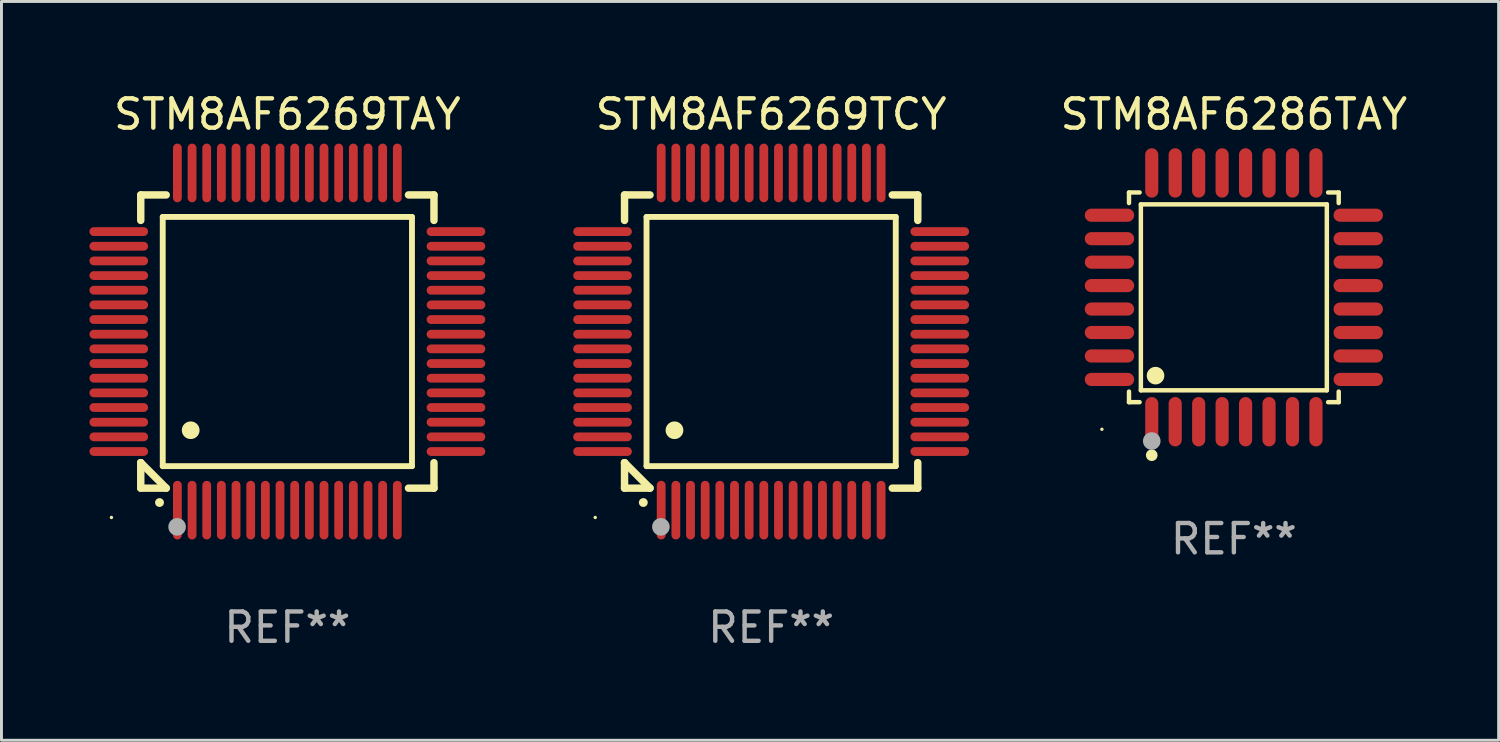
<source format=kicad_pcb>
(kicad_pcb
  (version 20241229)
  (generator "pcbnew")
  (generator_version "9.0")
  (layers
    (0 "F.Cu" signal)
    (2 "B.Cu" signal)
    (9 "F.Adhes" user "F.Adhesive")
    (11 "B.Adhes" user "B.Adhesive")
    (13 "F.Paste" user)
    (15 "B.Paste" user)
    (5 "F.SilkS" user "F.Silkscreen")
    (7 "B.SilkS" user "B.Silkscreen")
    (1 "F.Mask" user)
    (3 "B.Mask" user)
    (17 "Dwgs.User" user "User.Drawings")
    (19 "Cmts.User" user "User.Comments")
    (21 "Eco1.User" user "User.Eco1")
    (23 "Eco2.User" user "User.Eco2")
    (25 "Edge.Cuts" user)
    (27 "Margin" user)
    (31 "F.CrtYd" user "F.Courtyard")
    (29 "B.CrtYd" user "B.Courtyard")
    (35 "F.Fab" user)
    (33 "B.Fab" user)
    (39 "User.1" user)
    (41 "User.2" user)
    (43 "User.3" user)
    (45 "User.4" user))
  (footprint "STM8AF6286TAY"
    (layer "F.Cu")
    (at 39.029 7.09)
    (property "Reference" "STM8AF6286TAY" (at 0 -6.242 0) (layer "F.SilkS") (effects (font (size 1 1) (thickness 0.15))))
    (attr through_hole)
    (fp_line (start -3.576 -3.576) (end -3.215 -3.576) (stroke (width 0.152) (type solid)) (layer "F.SilkS"))
    (fp_line (start -3.576 -3.215) (end -3.576 -3.576) (stroke (width 0.152) (type solid)) (layer "F.SilkS"))
    (fp_line (start -3.576 3.215) (end -3.576 3.576) (stroke (width 0.152) (type solid)) (layer "F.SilkS"))
    (fp_line (start -3.576 3.576) (end -3.215 3.576) (stroke (width 0.152) (type solid)) (layer "F.SilkS"))
    (fp_line (start -3.171 -3.171) (end 3.171 -3.171) (stroke (width 0.152) (type solid)) (layer "F.SilkS"))
    (fp_line (start -3.171 3.171) (end -3.171 -3.171) (stroke (width 0.152) (type solid)) (layer "F.SilkS"))
    (fp_line (start 3.171 -3.171) (end 3.171 3.171) (stroke (width 0.152) (type solid)) (layer "F.SilkS"))
    (fp_line (start 3.171 3.171) (end -3.171 3.171) (stroke (width 0.152) (type solid)) (layer "F.SilkS"))
    (fp_line (start 3.576 -3.576) (end 3.215 -3.576) (stroke (width 0.152) (type solid)) (layer "F.SilkS"))
    (fp_line (start 3.576 -3.215) (end 3.576 -3.576) (stroke (width 0.152) (type solid)) (layer "F.SilkS"))
    (fp_line (start 3.576 3.215) (end 3.576 3.576) (stroke (width 0.152) (type solid)) (layer "F.SilkS"))
    (fp_line (start 3.576 3.576) (end 3.215 3.576) (stroke (width 0.152) (type solid)) (layer "F.SilkS"))
    (fp_circle (center -4.5 4.5) (end -4.47 4.5) (stroke (width 0.06) (type solid)) (fill no) (layer "F.SilkS"))
    (fp_circle (center -2.8 5.384) (end -2.7 5.384) (stroke (width 0.2) (type solid)) (fill no) (layer "F.SilkS"))
    (fp_circle (center -2.671 2.671) (end -2.521 2.671) (stroke (width 0.3) (type solid)) (fill no) (layer "F.SilkS"))
    (fp_circle (center -2.8 4.9) (end -2.65 4.9) (stroke (width 0.3) (type solid)) (fill no) (layer "F.Fab"))
    (fp_text user "REF**" (at 0 8.242 0) (layer "F.Fab") (effects (font (size 1 1) (thickness 0.15))))
    (pad "1" smd oval (at -2.8 4.242) (size 0.448 1.684) (layers "F.Cu" "F.Mask" "F.Paste"))
    (pad "2" smd oval (at -2 4.242) (size 0.448 1.684) (layers "F.Cu" "F.Mask" "F.Paste"))
    (pad "3" smd oval (at -1.2 4.242) (size 0.448 1.684) (layers "F.Cu" "F.Mask" "F.Paste"))
    (pad "4" smd oval (at -0.4 4.242) (size 0.448 1.684) (layers "F.Cu" "F.Mask" "F.Paste"))
    (pad "5" smd oval (at 0.4 4.242) (size 0.448 1.684) (layers "F.Cu" "F.Mask" "F.Paste"))
    (pad "6" smd oval (at 1.2 4.242) (size 0.448 1.684) (layers "F.Cu" "F.Mask" "F.Paste"))
    (pad "7" smd oval (at 2 4.242) (size 0.448 1.684) (layers "F.Cu" "F.Mask" "F.Paste"))
    (pad "8" smd oval (at 2.8 4.242) (size 0.448 1.684) (layers "F.Cu" "F.Mask" "F.Paste"))
    (pad "9" smd oval (at 4.242 2.8) (size 1.684 0.448) (layers "F.Cu" "F.Mask" "F.Paste"))
    (pad "10" smd oval (at 4.242 2) (size 1.684 0.448) (layers "F.Cu" "F.Mask" "F.Paste"))
    (pad "11" smd oval (at 4.242 1.2) (size 1.684 0.448) (layers "F.Cu" "F.Mask" "F.Paste"))
    (pad "12" smd oval (at 4.242 0.4) (size 1.684 0.448) (layers "F.Cu" "F.Mask" "F.Paste"))
    (pad "13" smd oval (at 4.242 -0.4) (size 1.684 0.448) (layers "F.Cu" "F.Mask" "F.Paste"))
    (pad "14" smd oval (at 4.242 -1.2) (size 1.684 0.448) (layers "F.Cu" "F.Mask" "F.Paste"))
    (pad "15" smd oval (at 4.242 -2) (size 1.684 0.448) (layers "F.Cu" "F.Mask" "F.Paste"))
    (pad "16" smd oval (at 4.242 -2.8) (size 1.684 0.448) (layers "F.Cu" "F.Mask" "F.Paste"))
    (pad "17" smd oval (at 2.8 -4.242) (size 0.448 1.684) (layers "F.Cu" "F.Mask" "F.Paste"))
    (pad "18" smd oval (at 2 -4.242) (size 0.448 1.684) (layers "F.Cu" "F.Mask" "F.Paste"))
    (pad "19" smd oval (at 1.2 -4.242) (size 0.448 1.684) (layers "F.Cu" "F.Mask" "F.Paste"))
    (pad "20" smd oval (at 0.4 -4.242) (size 0.448 1.684) (layers "F.Cu" "F.Mask" "F.Paste"))
    (pad "21" smd oval (at -0.4 -4.242) (size 0.448 1.684) (layers "F.Cu" "F.Mask" "F.Paste"))
    (pad "22" smd oval (at -1.2 -4.242) (size 0.448 1.684) (layers "F.Cu" "F.Mask" "F.Paste"))
    (pad "23" smd oval (at -2 -4.242) (size 0.448 1.684) (layers "F.Cu" "F.Mask" "F.Paste"))
    (pad "24" smd oval (at -2.8 -4.242) (size 0.448 1.684) (layers "F.Cu" "F.Mask" "F.Paste"))
    (pad "25" smd oval (at -4.242 -2.8) (size 1.684 0.448) (layers "F.Cu" "F.Mask" "F.Paste"))
    (pad "26" smd oval (at -4.242 -2) (size 1.684 0.448) (layers "F.Cu" "F.Mask" "F.Paste"))
    (pad "27" smd oval (at -4.242 -1.2) (size 1.684 0.448) (layers "F.Cu" "F.Mask" "F.Paste"))
    (pad "28" smd oval (at -4.242 -0.4) (size 1.684 0.448) (layers "F.Cu" "F.Mask" "F.Paste"))
    (pad "29" smd oval (at -4.242 0.4) (size 1.684 0.448) (layers "F.Cu" "F.Mask" "F.Paste"))
    (pad "30" smd oval (at -4.242 1.2) (size 1.684 0.448) (layers "F.Cu" "F.Mask" "F.Paste"))
    (pad "31" smd oval (at -4.242 2) (size 1.684 0.448) (layers "F.Cu" "F.Mask" "F.Paste"))
    (pad "32" smd oval (at -4.242 2.8) (size 1.684 0.448) (layers "F.Cu" "F.Mask" "F.Paste")))
  (footprint "STM8AF6269TCY"
    (layer "F.Cu")
    (at 23.249 8.598)
    (property "Reference" "STM8AF6269TCY" (at 0 -7.75 0) (layer "F.SilkS") (effects (font (size 1 1) (thickness 0.15))))
    (attr through_hole)
    (fp_line (start -5 -5) (end -4.131 -5) (stroke (width 0.254) (type solid)) (layer "F.SilkS"))
    (fp_line (start -5 -4.131) (end -5 -5) (stroke (width 0.254) (type solid)) (layer "F.SilkS"))
    (fp_line (start -5 4.131) (end -5 4.131) (stroke (width 0.254) (type solid)) (layer "F.SilkS"))
    (fp_line (start -5 5) (end -5 4.131) (stroke (width 0.254) (type solid)) (layer "F.SilkS"))
    (fp_line (start -5 4.131) (end -4.131 5) (stroke (width 0.254) (type solid)) (layer "F.SilkS"))
    (fp_line (start -4.25 -4.25) (end -4.25 4.25) (stroke (width 0.2) (type solid)) (layer "F.SilkS"))
    (fp_line (start -4.25 4.25) (end 4.25 4.25) (stroke (width 0.2) (type solid)) (layer "F.SilkS"))
    (fp_line (start -4.131 5) (end -5 5) (stroke (width 0.254) (type solid)) (layer "F.SilkS"))
    (fp_line (start 4.25 -4.25) (end -4.25 -4.25) (stroke (width 0.2) (type solid)) (layer "F.SilkS"))
    (fp_line (start 4.25 4.25) (end 4.25 -4.25) (stroke (width 0.2) (type solid)) (layer "F.SilkS"))
    (fp_line (start 5 -5) (end 4.131 -5) (stroke (width 0.254) (type solid)) (layer "F.SilkS"))
    (fp_line (start 5 -5) (end 5 -4.131) (stroke (width 0.254) (type solid)) (layer "F.SilkS"))
    (fp_line (start 5 4.131) (end 5 5) (stroke (width 0.254) (type solid)) (layer "F.SilkS"))
    (fp_line (start 5 5) (end 4.131 5) (stroke (width 0.254) (type solid)) (layer "F.SilkS"))
    (fp_arc (start -4.361265 5.489992) (mid -4.359995 5.489987) (end -4.358725 5.489992) (stroke (width 0.3) (type solid)) (layer "F.SilkS"))
    (fp_arc (start -3.299467 3.025146) (mid -3.296927 3.025135) (end -3.294387 3.025146) (stroke (width 0.6) (type solid)) (layer "F.SilkS"))
    (fp_circle (center -6 6) (end -5.97 6) (stroke (width 0.06) (type solid)) (fill no) (layer "F.SilkS"))
    (fp_circle (center -3.76 6.32) (end -3.61 6.32) (stroke (width 0.3) (type solid)) (fill no) (layer "F.Fab"))
    (fp_text user "REF**" (at 0 9.75 0) (layer "F.Fab") (effects (font (size 1 1) (thickness 0.15))))
    (pad "1" smd oval (at -3.75 5.75) (size 0.3 2) (layers "F.Cu" "F.Mask" "F.Paste"))
    (pad "2" smd oval (at -3.25 5.75) (size 0.3 2) (layers "F.Cu" "F.Mask" "F.Paste"))
    (pad "3" smd oval (at -2.75 5.75) (size 0.3 2) (layers "F.Cu" "F.Mask" "F.Paste"))
    (pad "4" smd oval (at -2.25 5.75) (size 0.3 2) (layers "F.Cu" "F.Mask" "F.Paste"))
    (pad "5" smd oval (at -1.75 5.75) (size 0.3 2) (layers "F.Cu" "F.Mask" "F.Paste"))
    (pad "6" smd oval (at -1.25 5.75) (size 0.3 2) (layers "F.Cu" "F.Mask" "F.Paste"))
    (pad "7" smd oval (at -0.75 5.75) (size 0.3 2) (layers "F.Cu" "F.Mask" "F.Paste"))
    (pad "8" smd oval (at -0.25 5.75) (size 0.3 2) (layers "F.Cu" "F.Mask" "F.Paste"))
    (pad "9" smd oval (at 0.25 5.75) (size 0.3 2) (layers "F.Cu" "F.Mask" "F.Paste"))
    (pad "10" smd oval (at 0.75 5.75) (size 0.3 2) (layers "F.Cu" "F.Mask" "F.Paste"))
    (pad "11" smd oval (at 1.25 5.75) (size 0.3 2) (layers "F.Cu" "F.Mask" "F.Paste"))
    (pad "12" smd oval (at 1.75 5.75) (size 0.3 2) (layers "F.Cu" "F.Mask" "F.Paste"))
    (pad "13" smd oval (at 2.25 5.75) (size 0.3 2) (layers "F.Cu" "F.Mask" "F.Paste"))
    (pad "14" smd oval (at 2.75 5.75) (size 0.3 2) (layers "F.Cu" "F.Mask" "F.Paste"))
    (pad "15" smd oval (at 3.25 5.75) (size 0.3 2) (layers "F.Cu" "F.Mask" "F.Paste"))
    (pad "16" smd oval (at 3.75 5.75) (size 0.3 2) (layers "F.Cu" "F.Mask" "F.Paste"))
    (pad "17" smd oval (at 5.75 3.75) (size 2 0.3) (layers "F.Cu" "F.Mask" "F.Paste"))
    (pad "18" smd oval (at 5.75 3.25) (size 2 0.3) (layers "F.Cu" "F.Mask" "F.Paste"))
    (pad "19" smd oval (at 5.75 2.75) (size 2 0.3) (layers "F.Cu" "F.Mask" "F.Paste"))
    (pad "20" smd oval (at 5.75 2.25) (size 2 0.3) (layers "F.Cu" "F.Mask" "F.Paste"))
    (pad "21" smd oval (at 5.75 1.75) (size 2 0.3) (layers "F.Cu" "F.Mask" "F.Paste"))
    (pad "22" smd oval (at 5.75 1.25) (size 2 0.3) (layers "F.Cu" "F.Mask" "F.Paste"))
    (pad "23" smd oval (at 5.75 0.75) (size 2 0.3) (layers "F.Cu" "F.Mask" "F.Paste"))
    (pad "24" smd oval (at 5.75 0.25) (size 2 0.3) (layers "F.Cu" "F.Mask" "F.Paste"))
    (pad "25" smd oval (at 5.75 -0.25) (size 2 0.3) (layers "F.Cu" "F.Mask" "F.Paste"))
    (pad "26" smd oval (at 5.75 -0.75) (size 2 0.3) (layers "F.Cu" "F.Mask" "F.Paste"))
    (pad "27" smd oval (at 5.75 -1.25) (size 2 0.3) (layers "F.Cu" "F.Mask" "F.Paste"))
    (pad "28" smd oval (at 5.75 -1.75) (size 2 0.3) (layers "F.Cu" "F.Mask" "F.Paste"))
    (pad "29" smd oval (at 5.75 -2.25) (size 2 0.3) (layers "F.Cu" "F.Mask" "F.Paste"))
    (pad "30" smd oval (at 5.75 -2.75) (size 2 0.3) (layers "F.Cu" "F.Mask" "F.Paste"))
    (pad "31" smd oval (at 5.75 -3.25) (size 2 0.3) (layers "F.Cu" "F.Mask" "F.Paste"))
    (pad "32" smd oval (at 5.75 -3.75) (size 2 0.3) (layers "F.Cu" "F.Mask" "F.Paste"))
    (pad "33" smd oval (at 3.75 -5.75) (size 0.3 2) (layers "F.Cu" "F.Mask" "F.Paste"))
    (pad "34" smd oval (at 3.25 -5.75) (size 0.3 2) (layers "F.Cu" "F.Mask" "F.Paste"))
    (pad "35" smd oval (at 2.75 -5.75) (size 0.3 2) (layers "F.Cu" "F.Mask" "F.Paste"))
    (pad "36" smd oval (at 2.25 -5.75) (size 0.3 2) (layers "F.Cu" "F.Mask" "F.Paste"))
    (pad "37" smd oval (at 1.75 -5.75) (size 0.3 2) (layers "F.Cu" "F.Mask" "F.Paste"))
    (pad "38" smd oval (at 1.25 -5.75) (size 0.3 2) (layers "F.Cu" "F.Mask" "F.Paste"))
    (pad "39" smd oval (at 0.75 -5.75) (size 0.3 2) (layers "F.Cu" "F.Mask" "F.Paste"))
    (pad "40" smd oval (at 0.25 -5.75) (size 0.3 2) (layers "F.Cu" "F.Mask" "F.Paste"))
    (pad "41" smd oval (at -0.25 -5.75) (size 0.3 2) (layers "F.Cu" "F.Mask" "F.Paste"))
    (pad "42" smd oval (at -0.75 -5.75) (size 0.3 2) (layers "F.Cu" "F.Mask" "F.Paste"))
    (pad "43" smd oval (at -1.25 -5.75) (size 0.3 2) (layers "F.Cu" "F.Mask" "F.Paste"))
    (pad "44" smd oval (at -1.75 -5.75) (size 0.3 2) (layers "F.Cu" "F.Mask" "F.Paste"))
    (pad "45" smd oval (at -2.25 -5.75) (size 0.3 2) (layers "F.Cu" "F.Mask" "F.Paste"))
    (pad "46" smd oval (at -2.75 -5.75) (size 0.3 2) (layers "F.Cu" "F.Mask" "F.Paste"))
    (pad "47" smd oval (at -3.25 -5.75) (size 0.3 2) (layers "F.Cu" "F.Mask" "F.Paste"))
    (pad "48" smd oval (at -3.75 -5.75) (size 0.3 2) (layers "F.Cu" "F.Mask" "F.Paste"))
    (pad "49" smd oval (at -5.75 -3.75) (size 2 0.3) (layers "F.Cu" "F.Mask" "F.Paste"))
    (pad "50" smd oval (at -5.75 -3.25) (size 2 0.3) (layers "F.Cu" "F.Mask" "F.Paste"))
    (pad "51" smd oval (at -5.75 -2.75) (size 2 0.3) (layers "F.Cu" "F.Mask" "F.Paste"))
    (pad "52" smd oval (at -5.75 -2.25) (size 2 0.3) (layers "F.Cu" "F.Mask" "F.Paste"))
    (pad "53" smd oval (at -5.75 -1.75) (size 2 0.3) (layers "F.Cu" "F.Mask" "F.Paste"))
    (pad "54" smd oval (at -5.75 -1.25) (size 2 0.3) (layers "F.Cu" "F.Mask" "F.Paste"))
    (pad "55" smd oval (at -5.75 -0.75) (size 2 0.3) (layers "F.Cu" "F.Mask" "F.Paste"))
    (pad "56" smd oval (at -5.75 -0.25) (size 2 0.3) (layers "F.Cu" "F.Mask" "F.Paste"))
    (pad "57" smd oval (at -5.75 0.25) (size 2 0.3) (layers "F.Cu" "F.Mask" "F.Paste"))
    (pad "58" smd oval (at -5.75 0.75) (size 2 0.3) (layers "F.Cu" "F.Mask" "F.Paste"))
    (pad "59" smd oval (at -5.75 1.25) (size 2 0.3) (layers "F.Cu" "F.Mask" "F.Paste"))
    (pad "60" smd oval (at -5.75 1.75) (size 2 0.3) (layers "F.Cu" "F.Mask" "F.Paste"))
    (pad "61" smd oval (at -5.75 2.25) (size 2 0.3) (layers "F.Cu" "F.Mask" "F.Paste"))
    (pad "62" smd oval (at -5.75 2.75) (size 2 0.3) (layers "F.Cu" "F.Mask" "F.Paste"))
    (pad "63" smd oval (at -5.75 3.25) (size 2 0.3) (layers "F.Cu" "F.Mask" "F.Paste"))
    (pad "64" smd oval (at -5.75 3.75) (size 2 0.3) (layers "F.Cu" "F.Mask" "F.Paste")))
  (footprint "STM8AF6269TAY"
    (layer "F.Cu")
    (at 6.75 8.598)
    (property "Reference" "STM8AF6269TAY" (at 0 -7.75 0) (layer "F.SilkS") (effects (font (size 1 1) (thickness 0.15))))
    (attr through_hole)
    (fp_line (start -5 -5) (end -4.131 -5) (stroke (width 0.254) (type solid)) (layer "F.SilkS"))
    (fp_line (start -5 -4.131) (end -5 -5) (stroke (width 0.254) (type solid)) (layer "F.SilkS"))
    (fp_line (start -5 4.131) (end -5 4.131) (stroke (width 0.254) (type solid)) (layer "F.SilkS"))
    (fp_line (start -5 5) (end -5 4.131) (stroke (width 0.254) (type solid)) (layer "F.SilkS"))
    (fp_line (start -5 4.131) (end -4.131 5) (stroke (width 0.254) (type solid)) (layer "F.SilkS"))
    (fp_line (start -4.25 -4.25) (end -4.25 4.25) (stroke (width 0.2) (type solid)) (layer "F.SilkS"))
    (fp_line (start -4.25 4.25) (end 4.25 4.25) (stroke (width 0.2) (type solid)) (layer "F.SilkS"))
    (fp_line (start -4.131 5) (end -5 5) (stroke (width 0.254) (type solid)) (layer "F.SilkS"))
    (fp_line (start 4.25 -4.25) (end -4.25 -4.25) (stroke (width 0.2) (type solid)) (layer "F.SilkS"))
    (fp_line (start 4.25 4.25) (end 4.25 -4.25) (stroke (width 0.2) (type solid)) (layer "F.SilkS"))
    (fp_line (start 5 -5) (end 4.131 -5) (stroke (width 0.254) (type solid)) (layer "F.SilkS"))
    (fp_line (start 5 -5) (end 5 -4.131) (stroke (width 0.254) (type solid)) (layer "F.SilkS"))
    (fp_line (start 5 4.131) (end 5 5) (stroke (width 0.254) (type solid)) (layer "F.SilkS"))
    (fp_line (start 5 5) (end 4.131 5) (stroke (width 0.254) (type solid)) (layer "F.SilkS"))
    (fp_arc (start -4.361265 5.489992) (mid -4.359995 5.489987) (end -4.358725 5.489992) (stroke (width 0.3) (type solid)) (layer "F.SilkS"))
    (fp_arc (start -3.299467 3.025146) (mid -3.296927 3.025135) (end -3.294387 3.025146) (stroke (width 0.6) (type solid)) (layer "F.SilkS"))
    (fp_circle (center -6 6) (end -5.97 6) (stroke (width 0.06) (type solid)) (fill no) (layer "F.SilkS"))
    (fp_circle (center -3.76 6.32) (end -3.61 6.32) (stroke (width 0.3) (type solid)) (fill no) (layer "F.Fab"))
    (fp_text user "REF**" (at 0 9.75 0) (layer "F.Fab") (effects (font (size 1 1) (thickness 0.15))))
    (pad "1" smd oval (at -3.75 5.75) (size 0.3 2) (layers "F.Cu" "F.Mask" "F.Paste"))
    (pad "2" smd oval (at -3.25 5.75) (size 0.3 2) (layers "F.Cu" "F.Mask" "F.Paste"))
    (pad "3" smd oval (at -2.75 5.75) (size 0.3 2) (layers "F.Cu" "F.Mask" "F.Paste"))
    (pad "4" smd oval (at -2.25 5.75) (size 0.3 2) (layers "F.Cu" "F.Mask" "F.Paste"))
    (pad "5" smd oval (at -1.75 5.75) (size 0.3 2) (layers "F.Cu" "F.Mask" "F.Paste"))
    (pad "6" smd oval (at -1.25 5.75) (size 0.3 2) (layers "F.Cu" "F.Mask" "F.Paste"))
    (pad "7" smd oval (at -0.75 5.75) (size 0.3 2) (layers "F.Cu" "F.Mask" "F.Paste"))
    (pad "8" smd oval (at -0.25 5.75) (size 0.3 2) (layers "F.Cu" "F.Mask" "F.Paste"))
    (pad "9" smd oval (at 0.25 5.75) (size 0.3 2) (layers "F.Cu" "F.Mask" "F.Paste"))
    (pad "10" smd oval (at 0.75 5.75) (size 0.3 2) (layers "F.Cu" "F.Mask" "F.Paste"))
    (pad "11" smd oval (at 1.25 5.75) (size 0.3 2) (layers "F.Cu" "F.Mask" "F.Paste"))
    (pad "12" smd oval (at 1.75 5.75) (size 0.3 2) (layers "F.Cu" "F.Mask" "F.Paste"))
    (pad "13" smd oval (at 2.25 5.75) (size 0.3 2) (layers "F.Cu" "F.Mask" "F.Paste"))
    (pad "14" smd oval (at 2.75 5.75) (size 0.3 2) (layers "F.Cu" "F.Mask" "F.Paste"))
    (pad "15" smd oval (at 3.25 5.75) (size 0.3 2) (layers "F.Cu" "F.Mask" "F.Paste"))
    (pad "16" smd oval (at 3.75 5.75) (size 0.3 2) (layers "F.Cu" "F.Mask" "F.Paste"))
    (pad "17" smd oval (at 5.75 3.75) (size 2 0.3) (layers "F.Cu" "F.Mask" "F.Paste"))
    (pad "18" smd oval (at 5.75 3.25) (size 2 0.3) (layers "F.Cu" "F.Mask" "F.Paste"))
    (pad "19" smd oval (at 5.75 2.75) (size 2 0.3) (layers "F.Cu" "F.Mask" "F.Paste"))
    (pad "20" smd oval (at 5.75 2.25) (size 2 0.3) (layers "F.Cu" "F.Mask" "F.Paste"))
    (pad "21" smd oval (at 5.75 1.75) (size 2 0.3) (layers "F.Cu" "F.Mask" "F.Paste"))
    (pad "22" smd oval (at 5.75 1.25) (size 2 0.3) (layers "F.Cu" "F.Mask" "F.Paste"))
    (pad "23" smd oval (at 5.75 0.75) (size 2 0.3) (layers "F.Cu" "F.Mask" "F.Paste"))
    (pad "24" smd oval (at 5.75 0.25) (size 2 0.3) (layers "F.Cu" "F.Mask" "F.Paste"))
    (pad "25" smd oval (at 5.75 -0.25) (size 2 0.3) (layers "F.Cu" "F.Mask" "F.Paste"))
    (pad "26" smd oval (at 5.75 -0.75) (size 2 0.3) (layers "F.Cu" "F.Mask" "F.Paste"))
    (pad "27" smd oval (at 5.75 -1.25) (size 2 0.3) (layers "F.Cu" "F.Mask" "F.Paste"))
    (pad "28" smd oval (at 5.75 -1.75) (size 2 0.3) (layers "F.Cu" "F.Mask" "F.Paste"))
    (pad "29" smd oval (at 5.75 -2.25) (size 2 0.3) (layers "F.Cu" "F.Mask" "F.Paste"))
    (pad "30" smd oval (at 5.75 -2.75) (size 2 0.3) (layers "F.Cu" "F.Mask" "F.Paste"))
    (pad "31" smd oval (at 5.75 -3.25) (size 2 0.3) (layers "F.Cu" "F.Mask" "F.Paste"))
    (pad "32" smd oval (at 5.75 -3.75) (size 2 0.3) (layers "F.Cu" "F.Mask" "F.Paste"))
    (pad "33" smd oval (at 3.75 -5.75) (size 0.3 2) (layers "F.Cu" "F.Mask" "F.Paste"))
    (pad "34" smd oval (at 3.25 -5.75) (size 0.3 2) (layers "F.Cu" "F.Mask" "F.Paste"))
    (pad "35" smd oval (at 2.75 -5.75) (size 0.3 2) (layers "F.Cu" "F.Mask" "F.Paste"))
    (pad "36" smd oval (at 2.25 -5.75) (size 0.3 2) (layers "F.Cu" "F.Mask" "F.Paste"))
    (pad "37" smd oval (at 1.75 -5.75) (size 0.3 2) (layers "F.Cu" "F.Mask" "F.Paste"))
    (pad "38" smd oval (at 1.25 -5.75) (size 0.3 2) (layers "F.Cu" "F.Mask" "F.Paste"))
    (pad "39" smd oval (at 0.75 -5.75) (size 0.3 2) (layers "F.Cu" "F.Mask" "F.Paste"))
    (pad "40" smd oval (at 0.25 -5.75) (size 0.3 2) (layers "F.Cu" "F.Mask" "F.Paste"))
    (pad "41" smd oval (at -0.25 -5.75) (size 0.3 2) (layers "F.Cu" "F.Mask" "F.Paste"))
    (pad "42" smd oval (at -0.75 -5.75) (size 0.3 2) (layers "F.Cu" "F.Mask" "F.Paste"))
    (pad "43" smd oval (at -1.25 -5.75) (size 0.3 2) (layers "F.Cu" "F.Mask" "F.Paste"))
    (pad "44" smd oval (at -1.75 -5.75) (size 0.3 2) (layers "F.Cu" "F.Mask" "F.Paste"))
    (pad "45" smd oval (at -2.25 -5.75) (size 0.3 2) (layers "F.Cu" "F.Mask" "F.Paste"))
    (pad "46" smd oval (at -2.75 -5.75) (size 0.3 2) (layers "F.Cu" "F.Mask" "F.Paste"))
    (pad "47" smd oval (at -3.25 -5.75) (size 0.3 2) (layers "F.Cu" "F.Mask" "F.Paste"))
    (pad "48" smd oval (at -3.75 -5.75) (size 0.3 2) (layers "F.Cu" "F.Mask" "F.Paste"))
    (pad "49" smd oval (at -5.75 -3.75) (size 2 0.3) (layers "F.Cu" "F.Mask" "F.Paste"))
    (pad "50" smd oval (at -5.75 -3.25) (size 2 0.3) (layers "F.Cu" "F.Mask" "F.Paste"))
    (pad "51" smd oval (at -5.75 -2.75) (size 2 0.3) (layers "F.Cu" "F.Mask" "F.Paste"))
    (pad "52" smd oval (at -5.75 -2.25) (size 2 0.3) (layers "F.Cu" "F.Mask" "F.Paste"))
    (pad "53" smd oval (at -5.75 -1.75) (size 2 0.3) (layers "F.Cu" "F.Mask" "F.Paste"))
    (pad "54" smd oval (at -5.75 -1.25) (size 2 0.3) (layers "F.Cu" "F.Mask" "F.Paste"))
    (pad "55" smd oval (at -5.75 -0.75) (size 2 0.3) (layers "F.Cu" "F.Mask" "F.Paste"))
    (pad "56" smd oval (at -5.75 -0.25) (size 2 0.3) (layers "F.Cu" "F.Mask" "F.Paste"))
    (pad "57" smd oval (at -5.75 0.25) (size 2 0.3) (layers "F.Cu" "F.Mask" "F.Paste"))
    (pad "58" smd oval (at -5.75 0.75) (size 2 0.3) (layers "F.Cu" "F.Mask" "F.Paste"))
    (pad "59" smd oval (at -5.75 1.25) (size 2 0.3) (layers "F.Cu" "F.Mask" "F.Paste"))
    (pad "60" smd oval (at -5.75 1.75) (size 2 0.3) (layers "F.Cu" "F.Mask" "F.Paste"))
    (pad "61" smd oval (at -5.75 2.25) (size 2 0.3) (layers "F.Cu" "F.Mask" "F.Paste"))
    (pad "62" smd oval (at -5.75 2.75) (size 2 0.3) (layers "F.Cu" "F.Mask" "F.Paste"))
    (pad "63" smd oval (at -5.75 3.25) (size 2 0.3) (layers "F.Cu" "F.Mask" "F.Paste"))
    (pad "64" smd oval (at -5.75 3.75) (size 2 0.3) (layers "F.Cu" "F.Mask" "F.Paste")))
  (gr_rect
    (start -3 -3)
    (end 48.059 22.196)
    (stroke (width 0.1) (type default))
    (fill no)
    (layer "Edge.Cuts")))
</source>
